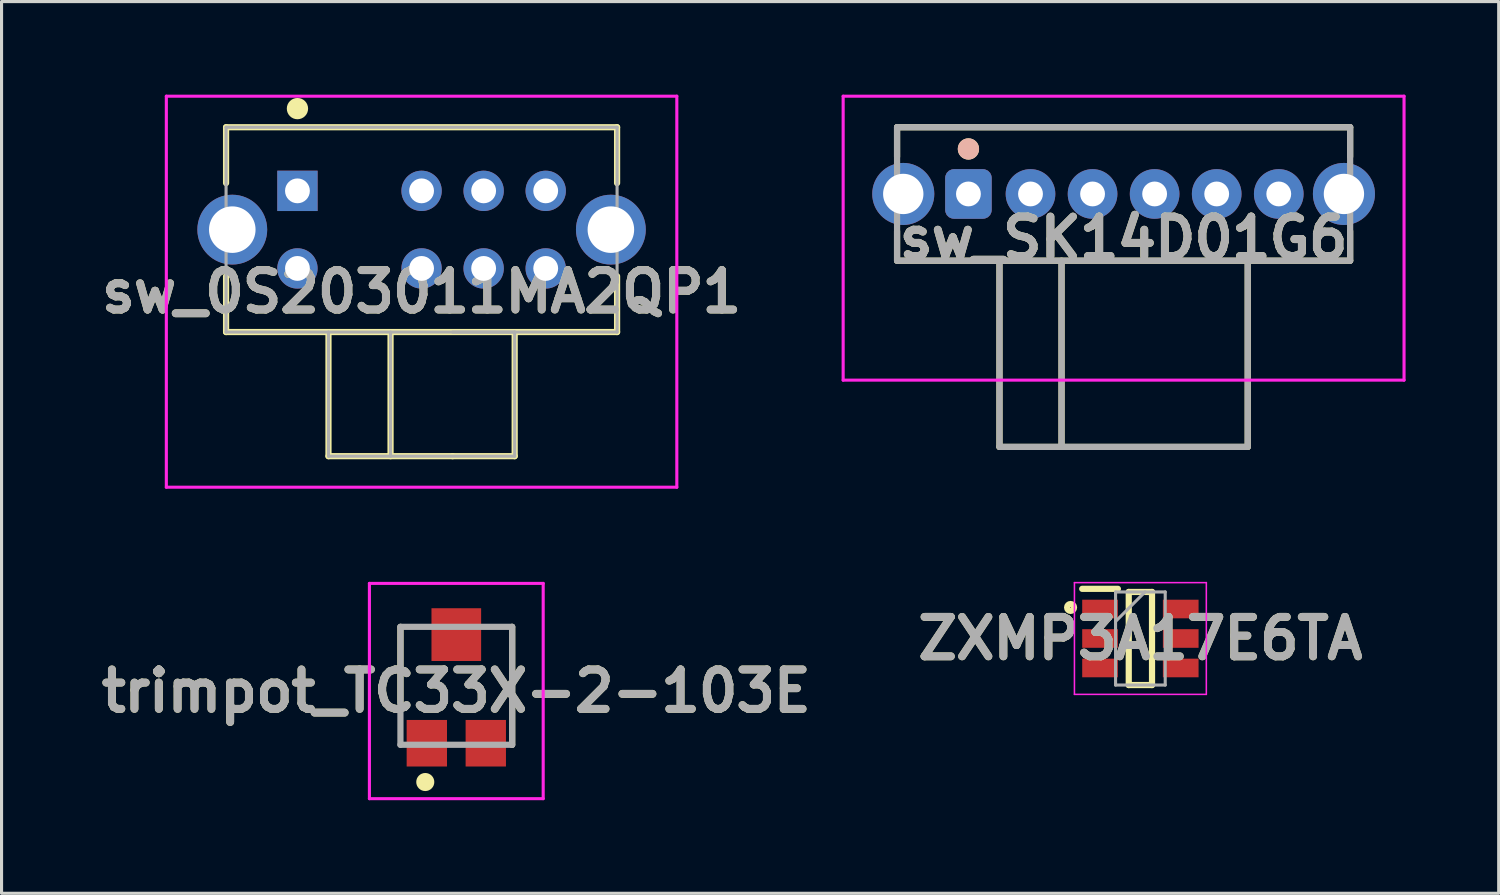
<source format=kicad_pcb>
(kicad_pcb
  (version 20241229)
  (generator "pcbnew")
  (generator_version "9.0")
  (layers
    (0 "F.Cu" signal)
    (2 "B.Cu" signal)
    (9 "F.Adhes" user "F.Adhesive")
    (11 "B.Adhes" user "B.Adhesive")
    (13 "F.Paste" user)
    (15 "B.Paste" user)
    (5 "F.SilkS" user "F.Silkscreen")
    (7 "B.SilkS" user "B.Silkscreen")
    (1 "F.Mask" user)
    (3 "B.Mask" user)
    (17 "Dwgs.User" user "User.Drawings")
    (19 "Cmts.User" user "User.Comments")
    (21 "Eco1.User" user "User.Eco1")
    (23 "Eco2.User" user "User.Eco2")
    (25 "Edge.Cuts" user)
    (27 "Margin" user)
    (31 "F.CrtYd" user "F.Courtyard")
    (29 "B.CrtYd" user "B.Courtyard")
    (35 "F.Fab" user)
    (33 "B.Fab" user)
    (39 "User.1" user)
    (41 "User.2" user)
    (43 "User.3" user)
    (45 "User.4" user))
  (footprint "sw_SK14D01G6"
    (layer "F.Cu")
    (at 33.157 5.35)
    (property "Reference" "sw_SK14D01G6" (at 0 -0.725 0) (layer "F.SilkS") (effects (font (size 1.27 1.27) (thickness 0.254))))
    (attr through_hole exclude_from_pos_files)
    (fp_line (start -7.3 -4.3) (end 7.3 -4.3) (stroke (width 0.2) (type solid)) (layer "F.SilkS"))
    (fp_line (start -7.3 -3.35) (end -7.3 -4.3) (stroke (width 0.2) (type solid)) (layer "F.SilkS"))
    (fp_line (start -7.3 -0.95) (end -7.3 0) (stroke (width 0.2) (type solid)) (layer "F.SilkS"))
    (fp_line (start -7.3 0) (end 7.3 0) (stroke (width 0.2) (type solid)) (layer "F.SilkS"))
    (fp_line (start -4 0) (end -4 6) (stroke (width 0.2) (type solid)) (layer "F.SilkS"))
    (fp_line (start -4 6) (end -2 6) (stroke (width 0.2) (type solid)) (layer "F.SilkS"))
    (fp_line (start -2 6) (end -2 0) (stroke (width 0.2) (type solid)) (layer "F.SilkS"))
    (fp_line (start -2 6) (end 4 6) (stroke (width 0.2) (type default)) (layer "F.SilkS"))
    (fp_line (start 4 0) (end 4 6) (stroke (width 0.2) (type solid)) (layer "F.SilkS"))
    (fp_line (start 7.3 -4.3) (end 7.3 -3.35) (stroke (width 0.2) (type solid)) (layer "F.SilkS"))
    (fp_line (start 7.3 0) (end 7.3 -0.95) (stroke (width 0.2) (type solid)) (layer "F.SilkS"))
    (fp_circle (center -5 -3.6) (end -4.717 -3.6) (stroke (width 0.12) (type solid)) (fill yes) (layer "F.SilkS"))
    (fp_circle (center -5 -3.6) (end -4.717 -3.6) (stroke (width 0.12) (type solid)) (fill yes) (layer "B.SilkS"))
    (fp_line (start -9.037 -5.3) (end 9.037 -5.3) (stroke (width 0.1) (type solid)) (layer "F.CrtYd"))
    (fp_line (start -9.037 3.85) (end -9.037 -5.3) (stroke (width 0.1) (type solid)) (layer "F.CrtYd"))
    (fp_line (start 9.037 -5.3) (end 9.037 3.85) (stroke (width 0.1) (type solid)) (layer "F.CrtYd"))
    (fp_line (start 9.037 3.85) (end -9.037 3.85) (stroke (width 0.1) (type solid)) (layer "F.CrtYd"))
    (fp_line (start -7.3 -4.3) (end 7.3 -4.3) (stroke (width 0.2) (type solid)) (layer "F.Fab"))
    (fp_line (start -7.3 0) (end -7.3 -4.3) (stroke (width 0.2) (type solid)) (layer "F.Fab"))
    (fp_line (start -4 0.025) (end -4 6) (stroke (width 0.2) (type solid)) (layer "F.Fab"))
    (fp_line (start -4 6) (end -2 6) (stroke (width 0.2) (type solid)) (layer "F.Fab"))
    (fp_line (start -2 6) (end -2 0.025) (stroke (width 0.2) (type solid)) (layer "F.Fab"))
    (fp_line (start -2 6) (end 4 6) (stroke (width 0.2) (type default)) (layer "F.Fab"))
    (fp_line (start 4 0) (end 4 6) (stroke (width 0.2) (type solid)) (layer "F.Fab"))
    (fp_line (start 7.3 -4.3) (end 7.3 0) (stroke (width 0.2) (type solid)) (layer "F.Fab"))
    (fp_line (start 7.3 0) (end -7.3 0) (stroke (width 0.2) (type solid)) (layer "F.Fab"))
    (fp_text user "${REFERENCE}" (at 0 -0.725 0) (layer "F.Fab") (effects (font (size 1.27 1.27) (thickness 0.254))))
    (pad "1" thru_hole roundrect (at -5 -2.15) (size 1.5 1.6) (drill 0.8) (layers "*.Cu" "*.Mask") (roundrect_rratio 0.188))
    (pad "2" thru_hole circle (at -3 -2.15) (size 1.6 1.6) (drill 0.8) (layers "*.Cu" "*.Mask"))
    (pad "3" thru_hole circle (at -1 -2.15) (size 1.6 1.6) (drill 0.8) (layers "*.Cu" "*.Mask"))
    (pad "4" thru_hole circle (at 1 -2.15) (size 1.6 1.6) (drill 0.8) (layers "*.Cu" "*.Mask"))
    (pad "5" thru_hole circle (at 3 -2.15) (size 1.6 1.6) (drill 0.8) (layers "*.Cu" "*.Mask"))
    (pad "6" thru_hole circle (at 5 -2.15) (size 1.6 1.6) (drill 0.8) (layers "*.Cu" "*.Mask"))
    (pad "MH1" thru_hole circle (at -7.1 -2.15) (size 2 2) (drill 1.3) (layers "*.Cu" "*.Mask"))
    (pad "MH2" thru_hole circle (at 7.1 -2.15) (size 2 2) (drill 1.3) (layers "*.Cu" "*.Mask")))
  (footprint "trimpot_TC33X-2-103E"
    (layer "F.Cu")
    (at 11.654 19.05)
    (property "Reference" "trimpot_TC33X-2-103E" (at 0 0.168 0) (layer "F.SilkS") (effects (font (size 1.27 1.27) (thickness 0.254))))
    (attr smd)
    (fp_line (start -1.8 -1.9) (end -1.8 0.55) (stroke (width 0.2) (type solid)) (layer "F.SilkS"))
    (fp_line (start 1.8 1.9) (end 1.8 -1.9) (stroke (width 0.2) (type solid)) (layer "F.SilkS"))
    (fp_circle (center -1 3.1) (end -0.859 3.1) (stroke (width 0.3) (type solid)) (fill yes) (layer "F.SilkS"))
    (fp_line (start -2.8 -3.3) (end 2.8 -3.3) (stroke (width 0.1) (type solid)) (layer "F.CrtYd"))
    (fp_line (start -2.8 3.636) (end -2.8 -3.3) (stroke (width 0.1) (type solid)) (layer "F.CrtYd"))
    (fp_line (start 2.8 -3.3) (end 2.8 3.636) (stroke (width 0.1) (type solid)) (layer "F.CrtYd"))
    (fp_line (start 2.8 3.636) (end -2.8 3.636) (stroke (width 0.1) (type solid)) (layer "F.CrtYd"))
    (fp_line (start -1.8 -1.9) (end 1.8 -1.9) (stroke (width 0.2) (type solid)) (layer "F.Fab"))
    (fp_line (start -1.8 1.9) (end -1.8 -1.9) (stroke (width 0.2) (type solid)) (layer "F.Fab"))
    (fp_line (start 1.8 -1.9) (end 1.8 1.9) (stroke (width 0.2) (type solid)) (layer "F.Fab"))
    (fp_line (start 1.8 1.9) (end -1.8 1.9) (stroke (width 0.2) (type solid)) (layer "F.Fab"))
    (fp_text user "${REFERENCE}" (at 0 0.168 0) (layer "F.Fab") (effects (font (size 1.27 1.27) (thickness 0.254))))
    (pad "1" smd rect (at -0.95 1.85 90) (size 1.5 1.3) (layers "F.Cu" "F.Mask" "F.Paste"))
    (pad "2" smd rect (at 0 -1.65 90) (size 1.7 1.6) (layers "F.Cu" "F.Mask" "F.Paste"))
    (pad "3" smd rect (at 0.95 1.85 90) (size 1.5 1.3) (layers "F.Cu" "F.Mask" "F.Paste")))
  (footprint "ZXMP3A17E6TA"
    (layer "F.Cu")
    (at 33.698 17.525)
    (property "Reference" "ZXMP3A17E6TA" (at 0 0 0) (layer "F.SilkS") (effects (font (size 1.27 1.27) (thickness 0.254))))
    (attr smd)
    (fp_line (start -1.875 -1.6) (end -0.725 -1.6) (stroke (width 0.2) (type solid)) (layer "F.SilkS"))
    (fp_line (start -0.375 -1.5) (end 0.375 -1.5) (stroke (width 0.2) (type solid)) (layer "F.SilkS"))
    (fp_line (start -0.375 1.5) (end -0.375 -1.5) (stroke (width 0.2) (type solid)) (layer "F.SilkS"))
    (fp_line (start 0.375 -1.5) (end 0.375 1.5) (stroke (width 0.2) (type solid)) (layer "F.SilkS"))
    (fp_line (start 0.375 1.5) (end -0.375 1.5) (stroke (width 0.2) (type solid)) (layer "F.SilkS"))
    (fp_circle (center -2.25 -1) (end -2.15 -0.95) (stroke (width 0.2) (type default)) (fill no) (layer "F.SilkS"))
    (fp_line (start -2.125 -1.8) (end 2.125 -1.8) (stroke (width 0.05) (type solid)) (layer "F.CrtYd"))
    (fp_line (start -2.125 1.8) (end -2.125 -1.8) (stroke (width 0.05) (type solid)) (layer "F.CrtYd"))
    (fp_line (start 2.125 -1.8) (end 2.125 1.8) (stroke (width 0.05) (type solid)) (layer "F.CrtYd"))
    (fp_line (start 2.125 1.8) (end -2.125 1.8) (stroke (width 0.05) (type solid)) (layer "F.CrtYd"))
    (fp_line (start -0.8 -1.5) (end 0.8 -1.5) (stroke (width 0.1) (type solid)) (layer "F.Fab"))
    (fp_line (start -0.8 -0.55) (end 0.15 -1.5) (stroke (width 0.1) (type solid)) (layer "F.Fab"))
    (fp_line (start -0.8 1.5) (end -0.8 -1.5) (stroke (width 0.1) (type solid)) (layer "F.Fab"))
    (fp_line (start 0.8 -1.5) (end 0.8 1.5) (stroke (width 0.1) (type solid)) (layer "F.Fab"))
    (fp_line (start 0.8 1.5) (end -0.8 1.5) (stroke (width 0.1) (type solid)) (layer "F.Fab"))
    (fp_text user "${REFERENCE}" (at 0 0 0) (layer "F.Fab") (effects (font (size 1.27 1.27) (thickness 0.254))))
    (pad "1" smd rect (at -1.3 -0.95 90) (size 0.6 1.15) (layers "F.Cu" "F.Mask" "F.Paste"))
    (pad "2" smd rect (at -1.3 0 90) (size 0.6 1.15) (layers "F.Cu" "F.Mask" "F.Paste"))
    (pad "3" smd rect (at -1.3 0.95 90) (size 0.6 1.15) (layers "F.Cu" "F.Mask" "F.Paste"))
    (pad "4" smd rect (at 1.3 0.95 90) (size 0.6 1.15) (layers "F.Cu" "F.Mask" "F.Paste"))
    (pad "5" smd rect (at 1.3 0 90) (size 0.6 1.15) (layers "F.Cu" "F.Mask" "F.Paste"))
    (pad "6" smd rect (at 1.3 -0.95 90) (size 0.6 1.15) (layers "F.Cu" "F.Mask" "F.Paste")))
  (footprint "sw_0S203011MA2QP1"
    (layer "F.Cu")
    (at 10.535 7.65)
    (property "Reference" "sw_0S203011MA2QP1" (at 0 -1.3 0) (layer "F.SilkS") (effects (font (size 1.27 1.27) (thickness 0.254))))
    (attr through_hole)
    (fp_line (start -6.3 -6.6) (end -6.3 -4.8) (stroke (width 0.2) (type solid)) (layer "F.SilkS"))
    (fp_line (start -6.3 0) (end -6.3 -1.8) (stroke (width 0.2) (type solid)) (layer "F.SilkS"))
    (fp_line (start -4 -7.25) (end -4 -7.25) (stroke (width 0.2) (type solid)) (layer "F.SilkS"))
    (fp_line (start -4 -7.25) (end -4 -7.15) (stroke (width 0.2) (type solid)) (layer "F.SilkS"))
    (fp_line (start -4 -7.15) (end -4 -7.15) (stroke (width 0.2) (type solid)) (layer "F.SilkS"))
    (fp_line (start -3 0) (end -3 4) (stroke (width 0.2) (type default)) (layer "F.SilkS"))
    (fp_line (start -3 4) (end 1 4) (stroke (width 0.2) (type default)) (layer "F.SilkS"))
    (fp_line (start -1 4) (end -1 0) (stroke (width 0.2) (type default)) (layer "F.SilkS"))
    (fp_line (start 1 4) (end 3 4) (stroke (width 0.2) (type solid)) (layer "F.SilkS"))
    (fp_line (start 3 4) (end 3 0) (stroke (width 0.2) (type solid)) (layer "F.SilkS"))
    (fp_line (start 6.3 -6.6) (end -6.3 -6.6) (stroke (width 0.2) (type solid)) (layer "F.SilkS"))
    (fp_line (start 6.3 -4.8) (end 6.3 -6.6) (stroke (width 0.2) (type solid)) (layer "F.SilkS"))
    (fp_line (start 6.3 -1.8) (end 6.3 0) (stroke (width 0.2) (type solid)) (layer "F.SilkS"))
    (fp_line (start 6.3 0) (end -6.3 0) (stroke (width 0.2) (type solid)) (layer "F.SilkS"))
    (fp_arc (start -4 -7.25) (mid -3.95 -7.2) (end -4 -7.15) (stroke (width 0.2) (type solid)) (layer "F.SilkS"))
    (fp_arc (start -4 -7.15) (mid -4.05 -7.2) (end -4 -7.25) (stroke (width 0.2) (type solid)) (layer "F.SilkS"))
    (fp_circle (center -4 -7.2) (end -3.717 -7.2) (stroke (width 0.12) (type solid)) (fill yes) (layer "F.SilkS"))
    (fp_line (start -8.225 -7.6) (end 8.225 -7.6) (stroke (width 0.1) (type solid)) (layer "F.CrtYd"))
    (fp_line (start -8.225 5) (end -8.225 -7.6) (stroke (width 0.1) (type solid)) (layer "F.CrtYd"))
    (fp_line (start 8.225 -7.6) (end 8.225 5) (stroke (width 0.1) (type solid)) (layer "F.CrtYd"))
    (fp_line (start 8.225 5) (end -8.225 5) (stroke (width 0.1) (type solid)) (layer "F.CrtYd"))
    (fp_line (start -6.3 -6.6) (end 6.3 -6.6) (stroke (width 0.1) (type solid)) (layer "F.Fab"))
    (fp_line (start -6.3 0) (end -6.3 -6.6) (stroke (width 0.1) (type solid)) (layer "F.Fab"))
    (fp_line (start -3 4) (end -3 0) (stroke (width 0.1) (type solid)) (layer "F.Fab"))
    (fp_line (start -1 4) (end -1 0) (stroke (width 0.1) (type solid)) (layer "F.Fab"))
    (fp_line (start 1 0) (end 3 0) (stroke (width 0.1) (type solid)) (layer "F.Fab"))
    (fp_line (start 3 0) (end 3 4) (stroke (width 0.1) (type solid)) (layer "F.Fab"))
    (fp_line (start 3 4) (end -3 4) (stroke (width 0.1) (type solid)) (layer "F.Fab"))
    (fp_line (start 6.3 -6.6) (end 6.3 0) (stroke (width 0.1) (type solid)) (layer "F.Fab"))
    (fp_line (start 6.3 0) (end -6.3 0) (stroke (width 0.1) (type solid)) (layer "F.Fab"))
    (fp_text user "${REFERENCE}" (at 0 -1.3 0) (layer "F.Fab") (effects (font (size 1.27 1.27) (thickness 0.254))))
    (pad "1" thru_hole rect (at -4 -4.55) (size 1.3 1.3) (drill 0.8) (layers "*.Cu" "*.Mask"))
    (pad "2" thru_hole circle (at 0 -4.55) (size 1.3 1.3) (drill 0.8) (layers "*.Cu" "*.Mask"))
    (pad "3" thru_hole circle (at 2 -4.55) (size 1.3 1.3) (drill 0.8) (layers "*.Cu" "*.Mask"))
    (pad "4" thru_hole circle (at 4 -4.55) (size 1.3 1.3) (drill 0.8) (layers "*.Cu" "*.Mask"))
    (pad "5" thru_hole circle (at -4 -2.05) (size 1.3 1.3) (drill 0.8) (layers "*.Cu" "*.Mask"))
    (pad "6" thru_hole circle (at 0 -2.05) (size 1.3 1.3) (drill 0.8) (layers "*.Cu" "*.Mask"))
    (pad "7" thru_hole circle (at 2 -2.05) (size 1.3 1.3) (drill 0.8) (layers "*.Cu" "*.Mask"))
    (pad "8" thru_hole circle (at 4 -2.05) (size 1.3 1.3) (drill 0.8) (layers "*.Cu" "*.Mask"))
    (pad "MH1" thru_hole circle (at -6.1 -3.3) (size 2.25 2.25) (drill 1.5) (layers "*.Cu" "*.Mask"))
    (pad "MH2" thru_hole circle (at 6.1 -3.3) (size 2.25 2.25) (drill 1.5) (layers "*.Cu" "*.Mask")))
  (gr_rect
    (start -3 -3)
    (end 45.244 25.736)
    (stroke (width 0.1) (type default))
    (fill no)
    (layer "Edge.Cuts")))
</source>
